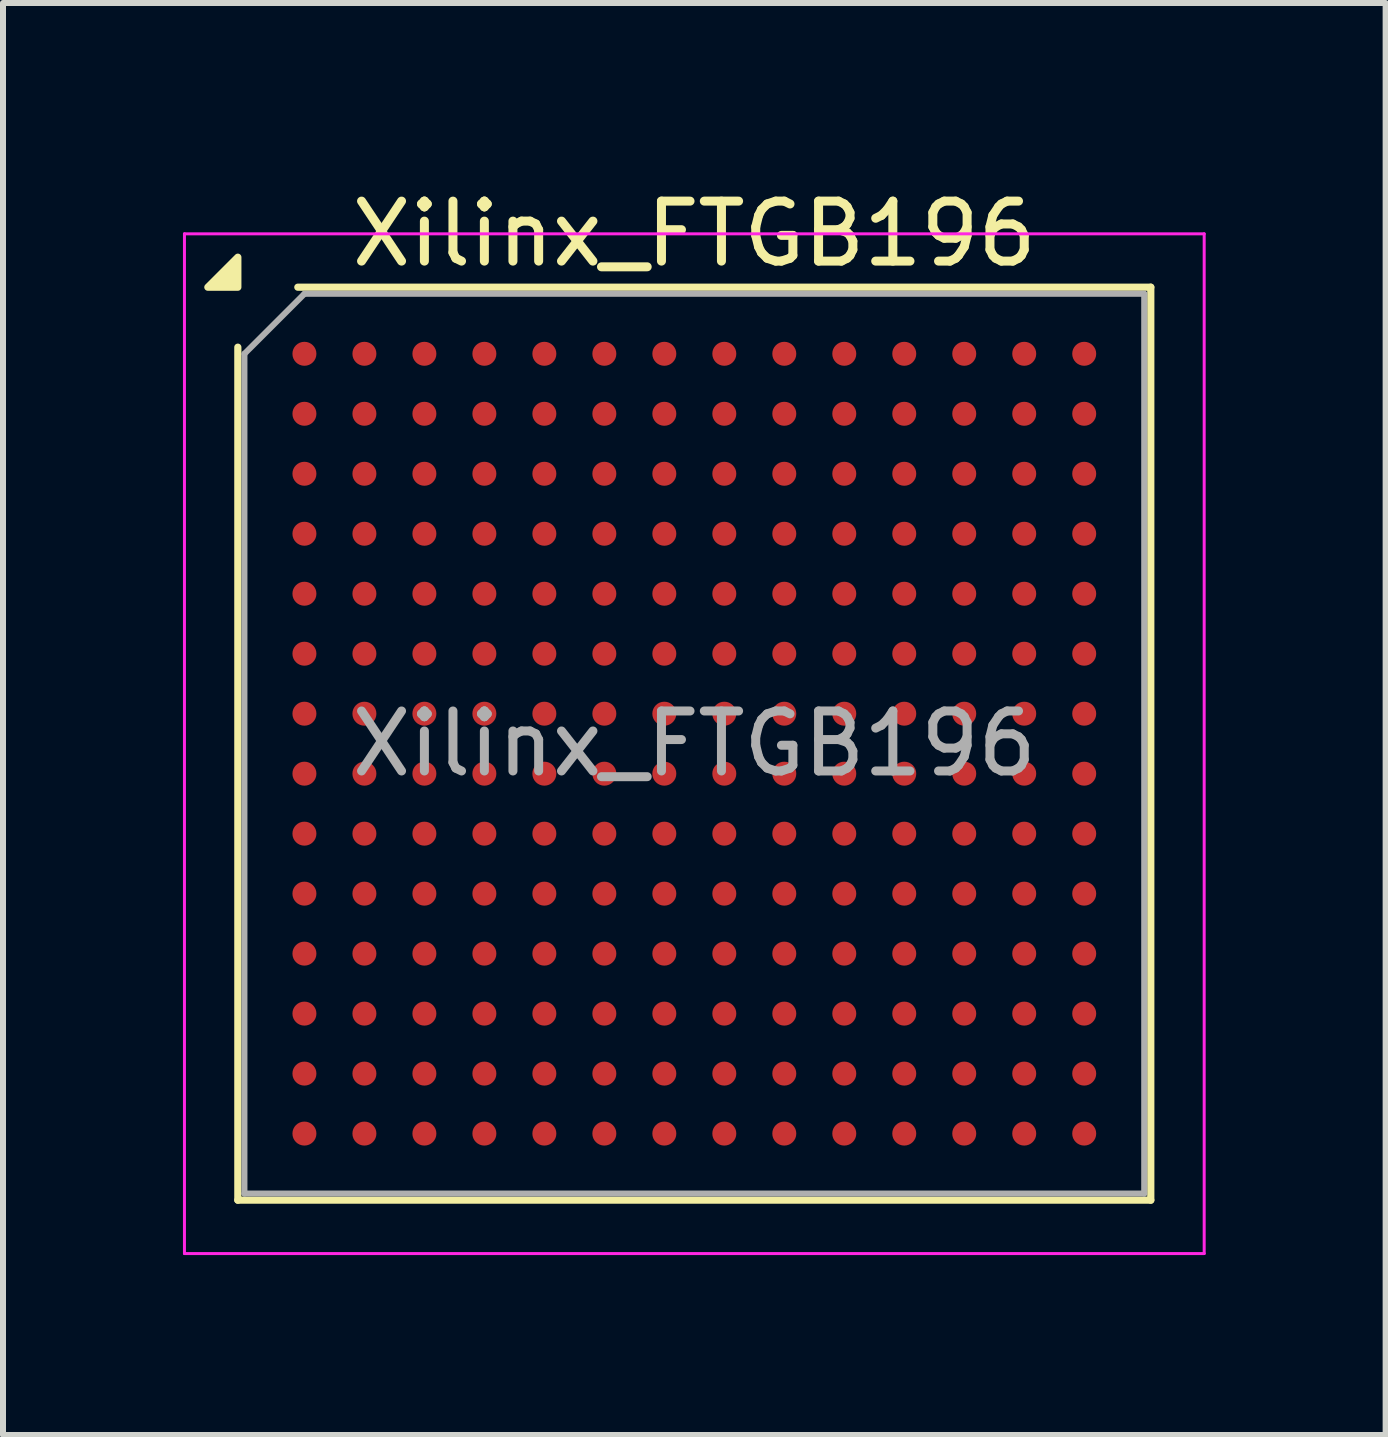
<source format=kicad_pcb>
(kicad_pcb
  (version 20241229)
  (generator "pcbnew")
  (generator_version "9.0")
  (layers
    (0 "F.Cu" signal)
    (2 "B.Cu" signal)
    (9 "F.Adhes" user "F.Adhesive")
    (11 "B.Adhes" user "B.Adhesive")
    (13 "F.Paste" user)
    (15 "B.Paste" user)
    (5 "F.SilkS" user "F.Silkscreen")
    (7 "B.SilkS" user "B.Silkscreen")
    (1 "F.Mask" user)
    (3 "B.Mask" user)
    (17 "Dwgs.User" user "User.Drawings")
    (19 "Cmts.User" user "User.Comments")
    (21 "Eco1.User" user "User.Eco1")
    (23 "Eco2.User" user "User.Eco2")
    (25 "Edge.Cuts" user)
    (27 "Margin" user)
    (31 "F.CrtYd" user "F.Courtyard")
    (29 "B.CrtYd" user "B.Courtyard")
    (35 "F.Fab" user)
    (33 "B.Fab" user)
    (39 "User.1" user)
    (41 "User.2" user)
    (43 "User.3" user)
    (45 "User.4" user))
  (footprint "Xilinx_FTGB196"
    (layer "F.Cu")
    (at 8.525 9.348)
    (property "Reference" "Xilinx_FTGB196" (at 0 -8.5 0) (layer "F.SilkS") (effects (font (size 1 1) (thickness 0.15))))
    (attr smd)
    (fp_line (start -7.61 7.61) (end -7.61 -6.61) (stroke (width 0.12) (type solid)) (layer "F.SilkS"))
    (fp_line (start -6.61 -7.61) (end 7.61 -7.61) (stroke (width 0.12) (type solid)) (layer "F.SilkS"))
    (fp_line (start 7.61 -7.61) (end 7.61 7.61) (stroke (width 0.12) (type solid)) (layer "F.SilkS"))
    (fp_line (start 7.61 7.61) (end -7.61 7.61) (stroke (width 0.12) (type solid)) (layer "F.SilkS"))
    (fp_poly (pts (xy -7.61 -7.61) (xy -8.11 -7.61) (xy -7.61 -8.11) (xy -7.61 -7.61)) (stroke (width 0.12) (type solid)) (fill yes) (layer "F.SilkS"))
    (fp_line (start -8.5 -8.5) (end -8.5 8.5) (stroke (width 0.05) (type solid)) (layer "F.CrtYd"))
    (fp_line (start -8.5 8.5) (end 8.5 8.5) (stroke (width 0.05) (type solid)) (layer "F.CrtYd"))
    (fp_line (start 8.5 -8.5) (end -8.5 -8.5) (stroke (width 0.05) (type solid)) (layer "F.CrtYd"))
    (fp_line (start 8.5 8.5) (end 8.5 -8.5) (stroke (width 0.05) (type solid)) (layer "F.CrtYd"))
    (fp_line (start -7.5 -6.5) (end -6.5 -7.5) (stroke (width 0.1) (type solid)) (layer "F.Fab"))
    (fp_line (start -7.5 7.5) (end -7.5 -6.5) (stroke (width 0.1) (type solid)) (layer "F.Fab"))
    (fp_line (start -6.5 -7.5) (end 7.5 -7.5) (stroke (width 0.1) (type solid)) (layer "F.Fab"))
    (fp_line (start 7.5 -7.5) (end 7.5 7.5) (stroke (width 0.1) (type solid)) (layer "F.Fab"))
    (fp_line (start 7.5 7.5) (end -7.5 7.5) (stroke (width 0.1) (type solid)) (layer "F.Fab"))
    (fp_text user "${REFERENCE}" (at 0 0 0) (layer "F.Fab") (effects (font (size 1 1) (thickness 0.15))))
    (pad "A1" smd circle (at -6.5 -6.5) (size 0.4 0.4) (property pad_prop_bga) (layers "F.Cu" "F.Mask" "F.Paste"))
    (pad "A2" smd circle (at -5.5 -6.5) (size 0.4 0.4) (property pad_prop_bga) (layers "F.Cu" "F.Mask" "F.Paste"))
    (pad "A3" smd circle (at -4.5 -6.5) (size 0.4 0.4) (property pad_prop_bga) (layers "F.Cu" "F.Mask" "F.Paste"))
    (pad "A4" smd circle (at -3.5 -6.5) (size 0.4 0.4) (property pad_prop_bga) (layers "F.Cu" "F.Mask" "F.Paste"))
    (pad "A5" smd circle (at -2.5 -6.5) (size 0.4 0.4) (property pad_prop_bga) (layers "F.Cu" "F.Mask" "F.Paste"))
    (pad "A6" smd circle (at -1.5 -6.5) (size 0.4 0.4) (property pad_prop_bga) (layers "F.Cu" "F.Mask" "F.Paste"))
    (pad "A7" smd circle (at -0.5 -6.5) (size 0.4 0.4) (property pad_prop_bga) (layers "F.Cu" "F.Mask" "F.Paste"))
    (pad "A8" smd circle (at 0.5 -6.5) (size 0.4 0.4) (property pad_prop_bga) (layers "F.Cu" "F.Mask" "F.Paste"))
    (pad "A9" smd circle (at 1.5 -6.5) (size 0.4 0.4) (property pad_prop_bga) (layers "F.Cu" "F.Mask" "F.Paste"))
    (pad "A10" smd circle (at 2.5 -6.5) (size 0.4 0.4) (property pad_prop_bga) (layers "F.Cu" "F.Mask" "F.Paste"))
    (pad "A11" smd circle (at 3.5 -6.5) (size 0.4 0.4) (property pad_prop_bga) (layers "F.Cu" "F.Mask" "F.Paste"))
    (pad "A12" smd circle (at 4.5 -6.5) (size 0.4 0.4) (property pad_prop_bga) (layers "F.Cu" "F.Mask" "F.Paste"))
    (pad "A13" smd circle (at 5.5 -6.5) (size 0.4 0.4) (property pad_prop_bga) (layers "F.Cu" "F.Mask" "F.Paste"))
    (pad "A14" smd circle (at 6.5 -6.5) (size 0.4 0.4) (property pad_prop_bga) (layers "F.Cu" "F.Mask" "F.Paste"))
    (pad "B1" smd circle (at -6.5 -5.5) (size 0.4 0.4) (property pad_prop_bga) (layers "F.Cu" "F.Mask" "F.Paste"))
    (pad "B2" smd circle (at -5.5 -5.5) (size 0.4 0.4) (property pad_prop_bga) (layers "F.Cu" "F.Mask" "F.Paste"))
    (pad "B3" smd circle (at -4.5 -5.5) (size 0.4 0.4) (property pad_prop_bga) (layers "F.Cu" "F.Mask" "F.Paste"))
    (pad "B4" smd circle (at -3.5 -5.5) (size 0.4 0.4) (property pad_prop_bga) (layers "F.Cu" "F.Mask" "F.Paste"))
    (pad "B5" smd circle (at -2.5 -5.5) (size 0.4 0.4) (property pad_prop_bga) (layers "F.Cu" "F.Mask" "F.Paste"))
    (pad "B6" smd circle (at -1.5 -5.5) (size 0.4 0.4) (property pad_prop_bga) (layers "F.Cu" "F.Mask" "F.Paste"))
    (pad "B7" smd circle (at -0.5 -5.5) (size 0.4 0.4) (property pad_prop_bga) (layers "F.Cu" "F.Mask" "F.Paste"))
    (pad "B8" smd circle (at 0.5 -5.5) (size 0.4 0.4) (property pad_prop_bga) (layers "F.Cu" "F.Mask" "F.Paste"))
    (pad "B9" smd circle (at 1.5 -5.5) (size 0.4 0.4) (property pad_prop_bga) (layers "F.Cu" "F.Mask" "F.Paste"))
    (pad "B10" smd circle (at 2.5 -5.5) (size 0.4 0.4) (property pad_prop_bga) (layers "F.Cu" "F.Mask" "F.Paste"))
    (pad "B11" smd circle (at 3.5 -5.5) (size 0.4 0.4) (property pad_prop_bga) (layers "F.Cu" "F.Mask" "F.Paste"))
    (pad "B12" smd circle (at 4.5 -5.5) (size 0.4 0.4) (property pad_prop_bga) (layers "F.Cu" "F.Mask" "F.Paste"))
    (pad "B13" smd circle (at 5.5 -5.5) (size 0.4 0.4) (property pad_prop_bga) (layers "F.Cu" "F.Mask" "F.Paste"))
    (pad "B14" smd circle (at 6.5 -5.5) (size 0.4 0.4) (property pad_prop_bga) (layers "F.Cu" "F.Mask" "F.Paste"))
    (pad "C1" smd circle (at -6.5 -4.5) (size 0.4 0.4) (property pad_prop_bga) (layers "F.Cu" "F.Mask" "F.Paste"))
    (pad "C2" smd circle (at -5.5 -4.5) (size 0.4 0.4) (property pad_prop_bga) (layers "F.Cu" "F.Mask" "F.Paste"))
    (pad "C3" smd circle (at -4.5 -4.5) (size 0.4 0.4) (property pad_prop_bga) (layers "F.Cu" "F.Mask" "F.Paste"))
    (pad "C4" smd circle (at -3.5 -4.5) (size 0.4 0.4) (property pad_prop_bga) (layers "F.Cu" "F.Mask" "F.Paste"))
    (pad "C5" smd circle (at -2.5 -4.5) (size 0.4 0.4) (property pad_prop_bga) (layers "F.Cu" "F.Mask" "F.Paste"))
    (pad "C6" smd circle (at -1.5 -4.5) (size 0.4 0.4) (property pad_prop_bga) (layers "F.Cu" "F.Mask" "F.Paste"))
    (pad "C7" smd circle (at -0.5 -4.5) (size 0.4 0.4) (property pad_prop_bga) (layers "F.Cu" "F.Mask" "F.Paste"))
    (pad "C8" smd circle (at 0.5 -4.5) (size 0.4 0.4) (property pad_prop_bga) (layers "F.Cu" "F.Mask" "F.Paste"))
    (pad "C9" smd circle (at 1.5 -4.5) (size 0.4 0.4) (property pad_prop_bga) (layers "F.Cu" "F.Mask" "F.Paste"))
    (pad "C10" smd circle (at 2.5 -4.5) (size 0.4 0.4) (property pad_prop_bga) (layers "F.Cu" "F.Mask" "F.Paste"))
    (pad "C11" smd circle (at 3.5 -4.5) (size 0.4 0.4) (property pad_prop_bga) (layers "F.Cu" "F.Mask" "F.Paste"))
    (pad "C12" smd circle (at 4.5 -4.5) (size 0.4 0.4) (property pad_prop_bga) (layers "F.Cu" "F.Mask" "F.Paste"))
    (pad "C13" smd circle (at 5.5 -4.5) (size 0.4 0.4) (property pad_prop_bga) (layers "F.Cu" "F.Mask" "F.Paste"))
    (pad "C14" smd circle (at 6.5 -4.5) (size 0.4 0.4) (property pad_prop_bga) (layers "F.Cu" "F.Mask" "F.Paste"))
    (pad "D1" smd circle (at -6.5 -3.5) (size 0.4 0.4) (property pad_prop_bga) (layers "F.Cu" "F.Mask" "F.Paste"))
    (pad "D2" smd circle (at -5.5 -3.5) (size 0.4 0.4) (property pad_prop_bga) (layers "F.Cu" "F.Mask" "F.Paste"))
    (pad "D3" smd circle (at -4.5 -3.5) (size 0.4 0.4) (property pad_prop_bga) (layers "F.Cu" "F.Mask" "F.Paste"))
    (pad "D4" smd circle (at -3.5 -3.5) (size 0.4 0.4) (property pad_prop_bga) (layers "F.Cu" "F.Mask" "F.Paste"))
    (pad "D5" smd circle (at -2.5 -3.5) (size 0.4 0.4) (property pad_prop_bga) (layers "F.Cu" "F.Mask" "F.Paste"))
    (pad "D6" smd circle (at -1.5 -3.5) (size 0.4 0.4) (property pad_prop_bga) (layers "F.Cu" "F.Mask" "F.Paste"))
    (pad "D7" smd circle (at -0.5 -3.5) (size 0.4 0.4) (property pad_prop_bga) (layers "F.Cu" "F.Mask" "F.Paste"))
    (pad "D8" smd circle (at 0.5 -3.5) (size 0.4 0.4) (property pad_prop_bga) (layers "F.Cu" "F.Mask" "F.Paste"))
    (pad "D9" smd circle (at 1.5 -3.5) (size 0.4 0.4) (property pad_prop_bga) (layers "F.Cu" "F.Mask" "F.Paste"))
    (pad "D10" smd circle (at 2.5 -3.5) (size 0.4 0.4) (property pad_prop_bga) (layers "F.Cu" "F.Mask" "F.Paste"))
    (pad "D11" smd circle (at 3.5 -3.5) (size 0.4 0.4) (property pad_prop_bga) (layers "F.Cu" "F.Mask" "F.Paste"))
    (pad "D12" smd circle (at 4.5 -3.5) (size 0.4 0.4) (property pad_prop_bga) (layers "F.Cu" "F.Mask" "F.Paste"))
    (pad "D13" smd circle (at 5.5 -3.5) (size 0.4 0.4) (property pad_prop_bga) (layers "F.Cu" "F.Mask" "F.Paste"))
    (pad "D14" smd circle (at 6.5 -3.5) (size 0.4 0.4) (property pad_prop_bga) (layers "F.Cu" "F.Mask" "F.Paste"))
    (pad "E1" smd circle (at -6.5 -2.5) (size 0.4 0.4) (property pad_prop_bga) (layers "F.Cu" "F.Mask" "F.Paste"))
    (pad "E2" smd circle (at -5.5 -2.5) (size 0.4 0.4) (property pad_prop_bga) (layers "F.Cu" "F.Mask" "F.Paste"))
    (pad "E3" smd circle (at -4.5 -2.5) (size 0.4 0.4) (property pad_prop_bga) (layers "F.Cu" "F.Mask" "F.Paste"))
    (pad "E4" smd circle (at -3.5 -2.5) (size 0.4 0.4) (property pad_prop_bga) (layers "F.Cu" "F.Mask" "F.Paste"))
    (pad "E5" smd circle (at -2.5 -2.5) (size 0.4 0.4) (property pad_prop_bga) (layers "F.Cu" "F.Mask" "F.Paste"))
    (pad "E6" smd circle (at -1.5 -2.5) (size 0.4 0.4) (property pad_prop_bga) (layers "F.Cu" "F.Mask" "F.Paste"))
    (pad "E7" smd circle (at -0.5 -2.5) (size 0.4 0.4) (property pad_prop_bga) (layers "F.Cu" "F.Mask" "F.Paste"))
    (pad "E8" smd circle (at 0.5 -2.5) (size 0.4 0.4) (property pad_prop_bga) (layers "F.Cu" "F.Mask" "F.Paste"))
    (pad "E9" smd circle (at 1.5 -2.5) (size 0.4 0.4) (property pad_prop_bga) (layers "F.Cu" "F.Mask" "F.Paste"))
    (pad "E10" smd circle (at 2.5 -2.5) (size 0.4 0.4) (property pad_prop_bga) (layers "F.Cu" "F.Mask" "F.Paste"))
    (pad "E11" smd circle (at 3.5 -2.5) (size 0.4 0.4) (property pad_prop_bga) (layers "F.Cu" "F.Mask" "F.Paste"))
    (pad "E12" smd circle (at 4.5 -2.5) (size 0.4 0.4) (property pad_prop_bga) (layers "F.Cu" "F.Mask" "F.Paste"))
    (pad "E13" smd circle (at 5.5 -2.5) (size 0.4 0.4) (property pad_prop_bga) (layers "F.Cu" "F.Mask" "F.Paste"))
    (pad "E14" smd circle (at 6.5 -2.5) (size 0.4 0.4) (property pad_prop_bga) (layers "F.Cu" "F.Mask" "F.Paste"))
    (pad "F1" smd circle (at -6.5 -1.5) (size 0.4 0.4) (property pad_prop_bga) (layers "F.Cu" "F.Mask" "F.Paste"))
    (pad "F2" smd circle (at -5.5 -1.5) (size 0.4 0.4) (property pad_prop_bga) (layers "F.Cu" "F.Mask" "F.Paste"))
    (pad "F3" smd circle (at -4.5 -1.5) (size 0.4 0.4) (property pad_prop_bga) (layers "F.Cu" "F.Mask" "F.Paste"))
    (pad "F4" smd circle (at -3.5 -1.5) (size 0.4 0.4) (property pad_prop_bga) (layers "F.Cu" "F.Mask" "F.Paste"))
    (pad "F5" smd circle (at -2.5 -1.5) (size 0.4 0.4) (property pad_prop_bga) (layers "F.Cu" "F.Mask" "F.Paste"))
    (pad "F6" smd circle (at -1.5 -1.5) (size 0.4 0.4) (property pad_prop_bga) (layers "F.Cu" "F.Mask" "F.Paste"))
    (pad "F7" smd circle (at -0.5 -1.5) (size 0.4 0.4) (property pad_prop_bga) (layers "F.Cu" "F.Mask" "F.Paste"))
    (pad "F8" smd circle (at 0.5 -1.5) (size 0.4 0.4) (property pad_prop_bga) (layers "F.Cu" "F.Mask" "F.Paste"))
    (pad "F9" smd circle (at 1.5 -1.5) (size 0.4 0.4) (property pad_prop_bga) (layers "F.Cu" "F.Mask" "F.Paste"))
    (pad "F10" smd circle (at 2.5 -1.5) (size 0.4 0.4) (property pad_prop_bga) (layers "F.Cu" "F.Mask" "F.Paste"))
    (pad "F11" smd circle (at 3.5 -1.5) (size 0.4 0.4) (property pad_prop_bga) (layers "F.Cu" "F.Mask" "F.Paste"))
    (pad "F12" smd circle (at 4.5 -1.5) (size 0.4 0.4) (property pad_prop_bga) (layers "F.Cu" "F.Mask" "F.Paste"))
    (pad "F13" smd circle (at 5.5 -1.5) (size 0.4 0.4) (property pad_prop_bga) (layers "F.Cu" "F.Mask" "F.Paste"))
    (pad "F14" smd circle (at 6.5 -1.5) (size 0.4 0.4) (property pad_prop_bga) (layers "F.Cu" "F.Mask" "F.Paste"))
    (pad "G1" smd circle (at -6.5 -0.5) (size 0.4 0.4) (property pad_prop_bga) (layers "F.Cu" "F.Mask" "F.Paste"))
    (pad "G2" smd circle (at -5.5 -0.5) (size 0.4 0.4) (property pad_prop_bga) (layers "F.Cu" "F.Mask" "F.Paste"))
    (pad "G3" smd circle (at -4.5 -0.5) (size 0.4 0.4) (property pad_prop_bga) (layers "F.Cu" "F.Mask" "F.Paste"))
    (pad "G4" smd circle (at -3.5 -0.5) (size 0.4 0.4) (property pad_prop_bga) (layers "F.Cu" "F.Mask" "F.Paste"))
    (pad "G5" smd circle (at -2.5 -0.5) (size 0.4 0.4) (property pad_prop_bga) (layers "F.Cu" "F.Mask" "F.Paste"))
    (pad "G6" smd circle (at -1.5 -0.5) (size 0.4 0.4) (property pad_prop_bga) (layers "F.Cu" "F.Mask" "F.Paste"))
    (pad "G7" smd circle (at -0.5 -0.5) (size 0.4 0.4) (property pad_prop_bga) (layers "F.Cu" "F.Mask" "F.Paste"))
    (pad "G8" smd circle (at 0.5 -0.5) (size 0.4 0.4) (property pad_prop_bga) (layers "F.Cu" "F.Mask" "F.Paste"))
    (pad "G9" smd circle (at 1.5 -0.5) (size 0.4 0.4) (property pad_prop_bga) (layers "F.Cu" "F.Mask" "F.Paste"))
    (pad "G10" smd circle (at 2.5 -0.5) (size 0.4 0.4) (property pad_prop_bga) (layers "F.Cu" "F.Mask" "F.Paste"))
    (pad "G11" smd circle (at 3.5 -0.5) (size 0.4 0.4) (property pad_prop_bga) (layers "F.Cu" "F.Mask" "F.Paste"))
    (pad "G12" smd circle (at 4.5 -0.5) (size 0.4 0.4) (property pad_prop_bga) (layers "F.Cu" "F.Mask" "F.Paste"))
    (pad "G13" smd circle (at 5.5 -0.5) (size 0.4 0.4) (property pad_prop_bga) (layers "F.Cu" "F.Mask" "F.Paste"))
    (pad "G14" smd circle (at 6.5 -0.5) (size 0.4 0.4) (property pad_prop_bga) (layers "F.Cu" "F.Mask" "F.Paste"))
    (pad "H1" smd circle (at -6.5 0.5) (size 0.4 0.4) (property pad_prop_bga) (layers "F.Cu" "F.Mask" "F.Paste"))
    (pad "H2" smd circle (at -5.5 0.5) (size 0.4 0.4) (property pad_prop_bga) (layers "F.Cu" "F.Mask" "F.Paste"))
    (pad "H3" smd circle (at -4.5 0.5) (size 0.4 0.4) (property pad_prop_bga) (layers "F.Cu" "F.Mask" "F.Paste"))
    (pad "H4" smd circle (at -3.5 0.5) (size 0.4 0.4) (property pad_prop_bga) (layers "F.Cu" "F.Mask" "F.Paste"))
    (pad "H5" smd circle (at -2.5 0.5) (size 0.4 0.4) (property pad_prop_bga) (layers "F.Cu" "F.Mask" "F.Paste"))
    (pad "H6" smd circle (at -1.5 0.5) (size 0.4 0.4) (property pad_prop_bga) (layers "F.Cu" "F.Mask" "F.Paste"))
    (pad "H7" smd circle (at -0.5 0.5) (size 0.4 0.4) (property pad_prop_bga) (layers "F.Cu" "F.Mask" "F.Paste"))
    (pad "H8" smd circle (at 0.5 0.5) (size 0.4 0.4) (property pad_prop_bga) (layers "F.Cu" "F.Mask" "F.Paste"))
    (pad "H9" smd circle (at 1.5 0.5) (size 0.4 0.4) (property pad_prop_bga) (layers "F.Cu" "F.Mask" "F.Paste"))
    (pad "H10" smd circle (at 2.5 0.5) (size 0.4 0.4) (property pad_prop_bga) (layers "F.Cu" "F.Mask" "F.Paste"))
    (pad "H11" smd circle (at 3.5 0.5) (size 0.4 0.4) (property pad_prop_bga) (layers "F.Cu" "F.Mask" "F.Paste"))
    (pad "H12" smd circle (at 4.5 0.5) (size 0.4 0.4) (property pad_prop_bga) (layers "F.Cu" "F.Mask" "F.Paste"))
    (pad "H13" smd circle (at 5.5 0.5) (size 0.4 0.4) (property pad_prop_bga) (layers "F.Cu" "F.Mask" "F.Paste"))
    (pad "H14" smd circle (at 6.5 0.5) (size 0.4 0.4) (property pad_prop_bga) (layers "F.Cu" "F.Mask" "F.Paste"))
    (pad "J1" smd circle (at -6.5 1.5) (size 0.4 0.4) (property pad_prop_bga) (layers "F.Cu" "F.Mask" "F.Paste"))
    (pad "J2" smd circle (at -5.5 1.5) (size 0.4 0.4) (property pad_prop_bga) (layers "F.Cu" "F.Mask" "F.Paste"))
    (pad "J3" smd circle (at -4.5 1.5) (size 0.4 0.4) (property pad_prop_bga) (layers "F.Cu" "F.Mask" "F.Paste"))
    (pad "J4" smd circle (at -3.5 1.5) (size 0.4 0.4) (property pad_prop_bga) (layers "F.Cu" "F.Mask" "F.Paste"))
    (pad "J5" smd circle (at -2.5 1.5) (size 0.4 0.4) (property pad_prop_bga) (layers "F.Cu" "F.Mask" "F.Paste"))
    (pad "J6" smd circle (at -1.5 1.5) (size 0.4 0.4) (property pad_prop_bga) (layers "F.Cu" "F.Mask" "F.Paste"))
    (pad "J7" smd circle (at -0.5 1.5) (size 0.4 0.4) (property pad_prop_bga) (layers "F.Cu" "F.Mask" "F.Paste"))
    (pad "J8" smd circle (at 0.5 1.5) (size 0.4 0.4) (property pad_prop_bga) (layers "F.Cu" "F.Mask" "F.Paste"))
    (pad "J9" smd circle (at 1.5 1.5) (size 0.4 0.4) (property pad_prop_bga) (layers "F.Cu" "F.Mask" "F.Paste"))
    (pad "J10" smd circle (at 2.5 1.5) (size 0.4 0.4) (property pad_prop_bga) (layers "F.Cu" "F.Mask" "F.Paste"))
    (pad "J11" smd circle (at 3.5 1.5) (size 0.4 0.4) (property pad_prop_bga) (layers "F.Cu" "F.Mask" "F.Paste"))
    (pad "J12" smd circle (at 4.5 1.5) (size 0.4 0.4) (property pad_prop_bga) (layers "F.Cu" "F.Mask" "F.Paste"))
    (pad "J13" smd circle (at 5.5 1.5) (size 0.4 0.4) (property pad_prop_bga) (layers "F.Cu" "F.Mask" "F.Paste"))
    (pad "J14" smd circle (at 6.5 1.5) (size 0.4 0.4) (property pad_prop_bga) (layers "F.Cu" "F.Mask" "F.Paste"))
    (pad "K1" smd circle (at -6.5 2.5) (size 0.4 0.4) (property pad_prop_bga) (layers "F.Cu" "F.Mask" "F.Paste"))
    (pad "K2" smd circle (at -5.5 2.5) (size 0.4 0.4) (property pad_prop_bga) (layers "F.Cu" "F.Mask" "F.Paste"))
    (pad "K3" smd circle (at -4.5 2.5) (size 0.4 0.4) (property pad_prop_bga) (layers "F.Cu" "F.Mask" "F.Paste"))
    (pad "K4" smd circle (at -3.5 2.5) (size 0.4 0.4) (property pad_prop_bga) (layers "F.Cu" "F.Mask" "F.Paste"))
    (pad "K5" smd circle (at -2.5 2.5) (size 0.4 0.4) (property pad_prop_bga) (layers "F.Cu" "F.Mask" "F.Paste"))
    (pad "K6" smd circle (at -1.5 2.5) (size 0.4 0.4) (property pad_prop_bga) (layers "F.Cu" "F.Mask" "F.Paste"))
    (pad "K7" smd circle (at -0.5 2.5) (size 0.4 0.4) (property pad_prop_bga) (layers "F.Cu" "F.Mask" "F.Paste"))
    (pad "K8" smd circle (at 0.5 2.5) (size 0.4 0.4) (property pad_prop_bga) (layers "F.Cu" "F.Mask" "F.Paste"))
    (pad "K9" smd circle (at 1.5 2.5) (size 0.4 0.4) (property pad_prop_bga) (layers "F.Cu" "F.Mask" "F.Paste"))
    (pad "K10" smd circle (at 2.5 2.5) (size 0.4 0.4) (property pad_prop_bga) (layers "F.Cu" "F.Mask" "F.Paste"))
    (pad "K11" smd circle (at 3.5 2.5) (size 0.4 0.4) (property pad_prop_bga) (layers "F.Cu" "F.Mask" "F.Paste"))
    (pad "K12" smd circle (at 4.5 2.5) (size 0.4 0.4) (property pad_prop_bga) (layers "F.Cu" "F.Mask" "F.Paste"))
    (pad "K13" smd circle (at 5.5 2.5) (size 0.4 0.4) (property pad_prop_bga) (layers "F.Cu" "F.Mask" "F.Paste"))
    (pad "K14" smd circle (at 6.5 2.5) (size 0.4 0.4) (property pad_prop_bga) (layers "F.Cu" "F.Mask" "F.Paste"))
    (pad "L1" smd circle (at -6.5 3.5) (size 0.4 0.4) (property pad_prop_bga) (layers "F.Cu" "F.Mask" "F.Paste"))
    (pad "L2" smd circle (at -5.5 3.5) (size 0.4 0.4) (property pad_prop_bga) (layers "F.Cu" "F.Mask" "F.Paste"))
    (pad "L3" smd circle (at -4.5 3.5) (size 0.4 0.4) (property pad_prop_bga) (layers "F.Cu" "F.Mask" "F.Paste"))
    (pad "L4" smd circle (at -3.5 3.5) (size 0.4 0.4) (property pad_prop_bga) (layers "F.Cu" "F.Mask" "F.Paste"))
    (pad "L5" smd circle (at -2.5 3.5) (size 0.4 0.4) (property pad_prop_bga) (layers "F.Cu" "F.Mask" "F.Paste"))
    (pad "L6" smd circle (at -1.5 3.5) (size 0.4 0.4) (property pad_prop_bga) (layers "F.Cu" "F.Mask" "F.Paste"))
    (pad "L7" smd circle (at -0.5 3.5) (size 0.4 0.4) (property pad_prop_bga) (layers "F.Cu" "F.Mask" "F.Paste"))
    (pad "L8" smd circle (at 0.5 3.5) (size 0.4 0.4) (property pad_prop_bga) (layers "F.Cu" "F.Mask" "F.Paste"))
    (pad "L9" smd circle (at 1.5 3.5) (size 0.4 0.4) (property pad_prop_bga) (layers "F.Cu" "F.Mask" "F.Paste"))
    (pad "L10" smd circle (at 2.5 3.5) (size 0.4 0.4) (property pad_prop_bga) (layers "F.Cu" "F.Mask" "F.Paste"))
    (pad "L11" smd circle (at 3.5 3.5) (size 0.4 0.4) (property pad_prop_bga) (layers "F.Cu" "F.Mask" "F.Paste"))
    (pad "L12" smd circle (at 4.5 3.5) (size 0.4 0.4) (property pad_prop_bga) (layers "F.Cu" "F.Mask" "F.Paste"))
    (pad "L13" smd circle (at 5.5 3.5) (size 0.4 0.4) (property pad_prop_bga) (layers "F.Cu" "F.Mask" "F.Paste"))
    (pad "L14" smd circle (at 6.5 3.5) (size 0.4 0.4) (property pad_prop_bga) (layers "F.Cu" "F.Mask" "F.Paste"))
    (pad "M1" smd circle (at -6.5 4.5) (size 0.4 0.4) (property pad_prop_bga) (layers "F.Cu" "F.Mask" "F.Paste"))
    (pad "M2" smd circle (at -5.5 4.5) (size 0.4 0.4) (property pad_prop_bga) (layers "F.Cu" "F.Mask" "F.Paste"))
    (pad "M3" smd circle (at -4.5 4.5) (size 0.4 0.4) (property pad_prop_bga) (layers "F.Cu" "F.Mask" "F.Paste"))
    (pad "M4" smd circle (at -3.5 4.5) (size 0.4 0.4) (property pad_prop_bga) (layers "F.Cu" "F.Mask" "F.Paste"))
    (pad "M5" smd circle (at -2.5 4.5) (size 0.4 0.4) (property pad_prop_bga) (layers "F.Cu" "F.Mask" "F.Paste"))
    (pad "M6" smd circle (at -1.5 4.5) (size 0.4 0.4) (property pad_prop_bga) (layers "F.Cu" "F.Mask" "F.Paste"))
    (pad "M7" smd circle (at -0.5 4.5) (size 0.4 0.4) (property pad_prop_bga) (layers "F.Cu" "F.Mask" "F.Paste"))
    (pad "M8" smd circle (at 0.5 4.5) (size 0.4 0.4) (property pad_prop_bga) (layers "F.Cu" "F.Mask" "F.Paste"))
    (pad "M9" smd circle (at 1.5 4.5) (size 0.4 0.4) (property pad_prop_bga) (layers "F.Cu" "F.Mask" "F.Paste"))
    (pad "M10" smd circle (at 2.5 4.5) (size 0.4 0.4) (property pad_prop_bga) (layers "F.Cu" "F.Mask" "F.Paste"))
    (pad "M11" smd circle (at 3.5 4.5) (size 0.4 0.4) (property pad_prop_bga) (layers "F.Cu" "F.Mask" "F.Paste"))
    (pad "M12" smd circle (at 4.5 4.5) (size 0.4 0.4) (property pad_prop_bga) (layers "F.Cu" "F.Mask" "F.Paste"))
    (pad "M13" smd circle (at 5.5 4.5) (size 0.4 0.4) (property pad_prop_bga) (layers "F.Cu" "F.Mask" "F.Paste"))
    (pad "M14" smd circle (at 6.5 4.5) (size 0.4 0.4) (property pad_prop_bga) (layers "F.Cu" "F.Mask" "F.Paste"))
    (pad "N1" smd circle (at -6.5 5.5) (size 0.4 0.4) (property pad_prop_bga) (layers "F.Cu" "F.Mask" "F.Paste"))
    (pad "N2" smd circle (at -5.5 5.5) (size 0.4 0.4) (property pad_prop_bga) (layers "F.Cu" "F.Mask" "F.Paste"))
    (pad "N3" smd circle (at -4.5 5.5) (size 0.4 0.4) (property pad_prop_bga) (layers "F.Cu" "F.Mask" "F.Paste"))
    (pad "N4" smd circle (at -3.5 5.5) (size 0.4 0.4) (property pad_prop_bga) (layers "F.Cu" "F.Mask" "F.Paste"))
    (pad "N5" smd circle (at -2.5 5.5) (size 0.4 0.4) (property pad_prop_bga) (layers "F.Cu" "F.Mask" "F.Paste"))
    (pad "N6" smd circle (at -1.5 5.5) (size 0.4 0.4) (property pad_prop_bga) (layers "F.Cu" "F.Mask" "F.Paste"))
    (pad "N7" smd circle (at -0.5 5.5) (size 0.4 0.4) (property pad_prop_bga) (layers "F.Cu" "F.Mask" "F.Paste"))
    (pad "N8" smd circle (at 0.5 5.5) (size 0.4 0.4) (property pad_prop_bga) (layers "F.Cu" "F.Mask" "F.Paste"))
    (pad "N9" smd circle (at 1.5 5.5) (size 0.4 0.4) (property pad_prop_bga) (layers "F.Cu" "F.Mask" "F.Paste"))
    (pad "N10" smd circle (at 2.5 5.5) (size 0.4 0.4) (property pad_prop_bga) (layers "F.Cu" "F.Mask" "F.Paste"))
    (pad "N11" smd circle (at 3.5 5.5) (size 0.4 0.4) (property pad_prop_bga) (layers "F.Cu" "F.Mask" "F.Paste"))
    (pad "N12" smd circle (at 4.5 5.5) (size 0.4 0.4) (property pad_prop_bga) (layers "F.Cu" "F.Mask" "F.Paste"))
    (pad "N13" smd circle (at 5.5 5.5) (size 0.4 0.4) (property pad_prop_bga) (layers "F.Cu" "F.Mask" "F.Paste"))
    (pad "N14" smd circle (at 6.5 5.5) (size 0.4 0.4) (property pad_prop_bga) (layers "F.Cu" "F.Mask" "F.Paste"))
    (pad "P1" smd circle (at -6.5 6.5) (size 0.4 0.4) (property pad_prop_bga) (layers "F.Cu" "F.Mask" "F.Paste"))
    (pad "P2" smd circle (at -5.5 6.5) (size 0.4 0.4) (property pad_prop_bga) (layers "F.Cu" "F.Mask" "F.Paste"))
    (pad "P3" smd circle (at -4.5 6.5) (size 0.4 0.4) (property pad_prop_bga) (layers "F.Cu" "F.Mask" "F.Paste"))
    (pad "P4" smd circle (at -3.5 6.5) (size 0.4 0.4) (property pad_prop_bga) (layers "F.Cu" "F.Mask" "F.Paste"))
    (pad "P5" smd circle (at -2.5 6.5) (size 0.4 0.4) (property pad_prop_bga) (layers "F.Cu" "F.Mask" "F.Paste"))
    (pad "P6" smd circle (at -1.5 6.5) (size 0.4 0.4) (property pad_prop_bga) (layers "F.Cu" "F.Mask" "F.Paste"))
    (pad "P7" smd circle (at -0.5 6.5) (size 0.4 0.4) (property pad_prop_bga) (layers "F.Cu" "F.Mask" "F.Paste"))
    (pad "P8" smd circle (at 0.5 6.5) (size 0.4 0.4) (property pad_prop_bga) (layers "F.Cu" "F.Mask" "F.Paste"))
    (pad "P9" smd circle (at 1.5 6.5) (size 0.4 0.4) (property pad_prop_bga) (layers "F.Cu" "F.Mask" "F.Paste"))
    (pad "P10" smd circle (at 2.5 6.5) (size 0.4 0.4) (property pad_prop_bga) (layers "F.Cu" "F.Mask" "F.Paste"))
    (pad "P11" smd circle (at 3.5 6.5) (size 0.4 0.4) (property pad_prop_bga) (layers "F.Cu" "F.Mask" "F.Paste"))
    (pad "P12" smd circle (at 4.5 6.5) (size 0.4 0.4) (property pad_prop_bga) (layers "F.Cu" "F.Mask" "F.Paste"))
    (pad "P13" smd circle (at 5.5 6.5) (size 0.4 0.4) (property pad_prop_bga) (layers "F.Cu" "F.Mask" "F.Paste"))
    (pad "P14" smd circle (at 6.5 6.5) (size 0.4 0.4) (property pad_prop_bga) (layers "F.Cu" "F.Mask" "F.Paste")))
  (gr_rect
    (start -3 -3)
    (end 20.05 20.873)
    (stroke (width 0.1) (type default))
    (fill no)
    (layer "Edge.Cuts")))
</source>
